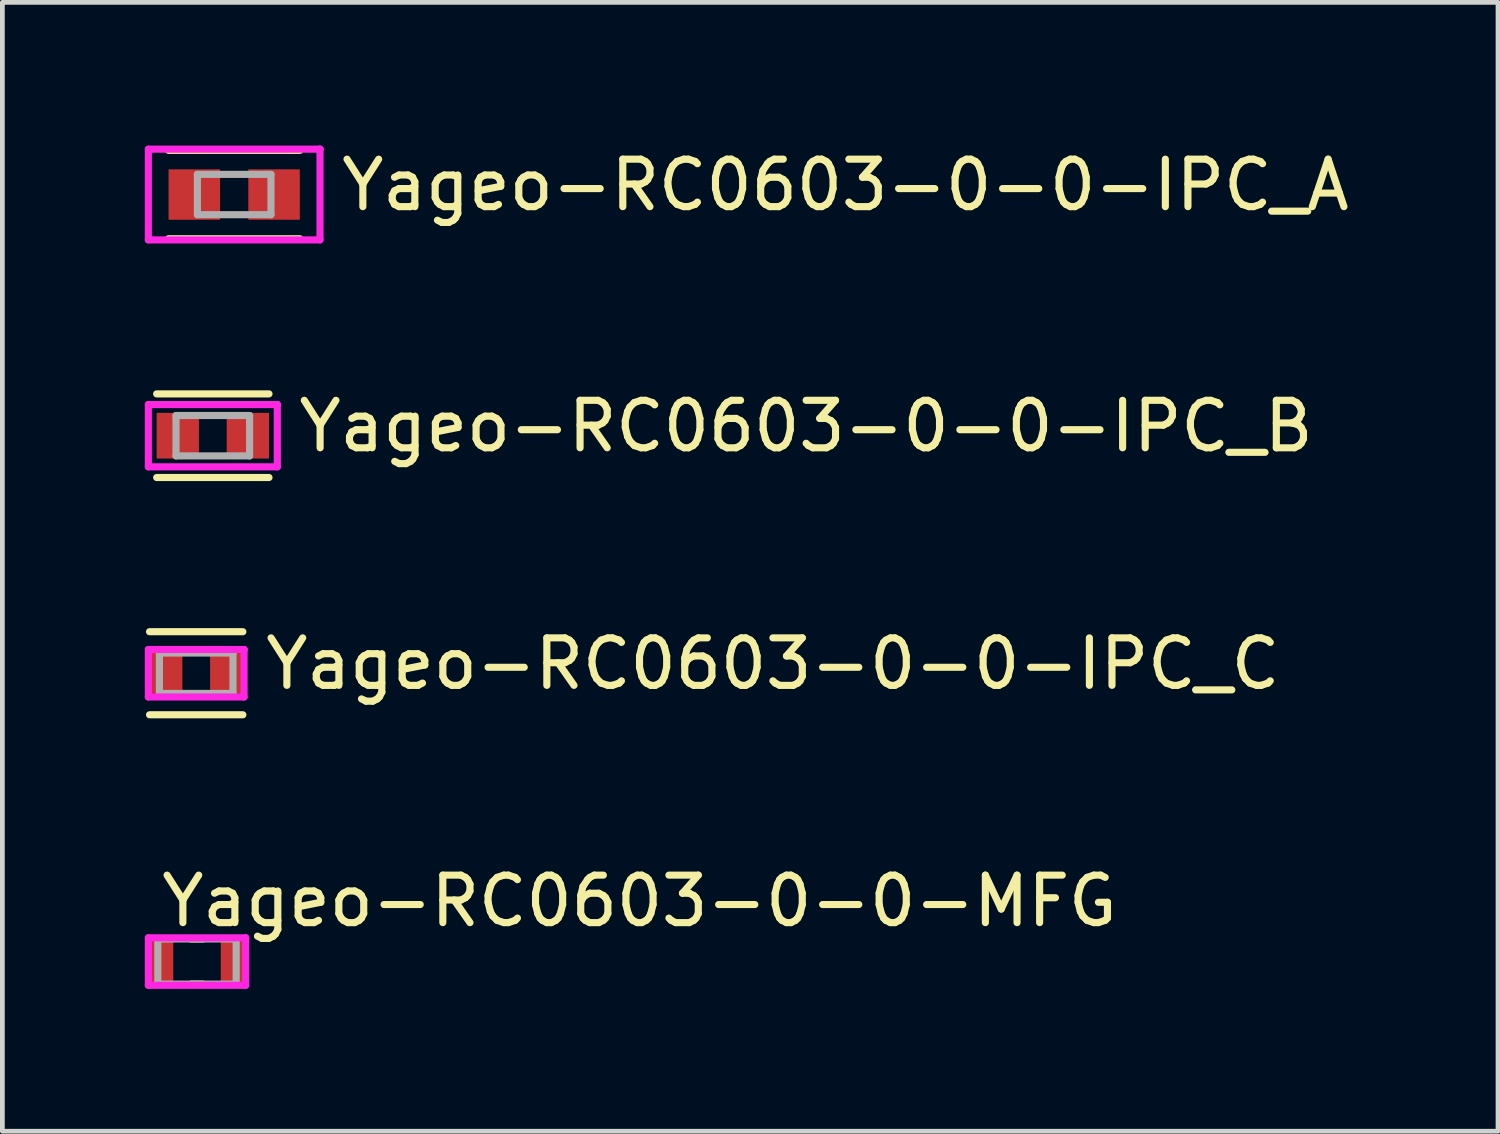
<source format=kicad_pcb>
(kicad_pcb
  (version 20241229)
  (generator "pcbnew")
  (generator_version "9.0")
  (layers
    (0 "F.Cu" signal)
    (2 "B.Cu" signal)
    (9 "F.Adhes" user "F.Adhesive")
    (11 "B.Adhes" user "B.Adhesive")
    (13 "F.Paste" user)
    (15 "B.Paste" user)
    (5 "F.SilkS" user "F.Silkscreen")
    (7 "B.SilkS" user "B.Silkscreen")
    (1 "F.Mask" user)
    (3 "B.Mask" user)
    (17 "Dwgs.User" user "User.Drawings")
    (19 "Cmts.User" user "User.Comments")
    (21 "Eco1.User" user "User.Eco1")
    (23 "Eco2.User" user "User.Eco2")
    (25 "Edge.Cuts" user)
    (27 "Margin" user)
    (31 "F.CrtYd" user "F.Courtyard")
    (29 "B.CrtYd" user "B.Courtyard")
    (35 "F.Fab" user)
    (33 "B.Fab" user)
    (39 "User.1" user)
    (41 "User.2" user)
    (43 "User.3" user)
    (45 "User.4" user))
  (footprint "Yageo-RC0603-0-0-IPC_B"
    (layer "F.Cu")
    (at 1.433 6.128)
    (property "Reference" "Yageo-RC0603-0-0-IPC_B" (at 1.733 -0.2 0) (layer "F.SilkS") (effects (font (size 1 1) (thickness 0.15)) (justify left)))
    (attr smd)
    (fp_line (start -1.183 -0.881) (end 1.183 -0.881) (stroke (width 0.15) (type solid)) (layer "F.SilkS"))
    (fp_line (start -1.183 0.881) (end 1.183 0.881) (stroke (width 0.15) (type solid)) (layer "F.SilkS"))
    (fp_line (start -1.358 -0.656) (end -1.358 0.656) (stroke (width 0.15) (type solid)) (layer "F.CrtYd"))
    (fp_line (start -1.358 0.656) (end 1.358 0.656) (stroke (width 0.15) (type solid)) (layer "F.CrtYd"))
    (fp_line (start 1.358 -0.656) (end -1.358 -0.656) (stroke (width 0.15) (type solid)) (layer "F.CrtYd"))
    (fp_line (start 1.358 -0.656) (end 1.358 -0.656) (stroke (width 0.15) (type solid)) (layer "F.CrtYd"))
    (fp_line (start 1.358 0.656) (end 1.358 -0.656) (stroke (width 0.15) (type solid)) (layer "F.CrtYd"))
    (fp_line (start -0.775 -0.425) (end 0.775 -0.425) (stroke (width 0.15) (type solid)) (layer "F.Fab"))
    (fp_line (start -0.775 0.425) (end -0.775 -0.425) (stroke (width 0.15) (type solid)) (layer "F.Fab"))
    (fp_line (start 0.775 -0.425) (end 0.775 0.425) (stroke (width 0.15) (type solid)) (layer "F.Fab"))
    (fp_line (start 0.775 0.425) (end -0.775 0.425) (stroke (width 0.15) (type solid)) (layer "F.Fab"))
    (pad "1" smd rect (at -0.738 0) (size 0.891 0.962) (layers "F.Cu" "F.Mask" "F.Paste"))
    (pad "2" smd rect (at 0.738 0) (size 0.891 0.962) (layers "F.Cu" "F.Mask" "F.Paste")))
  (footprint "Yageo-RC0603-0-0-IPC_C"
    (layer "F.Cu")
    (at 1.083 11.132)
    (property "Reference" "Yageo-RC0603-0-0-IPC_C" (at 1.383 -0.2 0) (layer "F.SilkS") (effects (font (size 1 1) (thickness 0.15)) (justify left)))
    (attr through_hole)
    (fp_line (start -0.983 -0.875) (end 0.983 -0.875) (stroke (width 0.15) (type solid)) (layer "F.SilkS"))
    (fp_line (start -0.983 0.875) (end 0.983 0.875) (stroke (width 0.15) (type solid)) (layer "F.SilkS"))
    (fp_line (start -1.008 -0.5) (end -1.008 0.5) (stroke (width 0.15) (type solid)) (layer "F.CrtYd"))
    (fp_line (start -1.008 0.5) (end 1.008 0.5) (stroke (width 0.15) (type solid)) (layer "F.CrtYd"))
    (fp_line (start 1.008 -0.5) (end -1.008 -0.5) (stroke (width 0.15) (type solid)) (layer "F.CrtYd"))
    (fp_line (start 1.008 -0.5) (end 1.008 -0.5) (stroke (width 0.15) (type solid)) (layer "F.CrtYd"))
    (fp_line (start 1.008 0.5) (end 1.008 -0.5) (stroke (width 0.15) (type solid)) (layer "F.CrtYd"))
    (fp_line (start -0.775 -0.425) (end 0.775 -0.425) (stroke (width 0.15) (type solid)) (layer "F.Fab"))
    (fp_line (start -0.775 0.425) (end -0.775 -0.425) (stroke (width 0.15) (type solid)) (layer "F.Fab"))
    (fp_line (start 0.775 -0.425) (end 0.775 0.425) (stroke (width 0.15) (type solid)) (layer "F.Fab"))
    (fp_line (start 0.775 0.425) (end -0.775 0.425) (stroke (width 0.15) (type solid)) (layer "F.Fab"))
    (pad "1" smd rect (at -0.637 0) (size 0.691 0.862) (layers "F.Cu" "F.Mask" "F.Paste"))
    (pad "2" smd rect (at 0.638 0) (size 0.691 0.862) (layers "F.Cu" "F.Mask" "F.Paste")))
  (footprint "Yageo-RC0603-0-0-IPC_A"
    (layer "F.Cu")
    (at 1.883 1.048)
    (property "Reference" "Yageo-RC0603-0-0-IPC_A" (at 2.183 -0.2 0) (layer "F.SilkS") (effects (font (size 1 1) (thickness 0.15)) (justify left)))
    (attr through_hole)
    (fp_line (start -1.383 -0.931) (end 1.383 -0.931) (stroke (width 0.15) (type solid)) (layer "F.SilkS"))
    (fp_line (start -1.383 0.931) (end 1.383 0.931) (stroke (width 0.15) (type solid)) (layer "F.SilkS"))
    (fp_line (start -1.808 -0.956) (end -1.808 0.956) (stroke (width 0.15) (type solid)) (layer "F.CrtYd"))
    (fp_line (start -1.808 0.956) (end 1.808 0.956) (stroke (width 0.15) (type solid)) (layer "F.CrtYd"))
    (fp_line (start 1.808 -0.956) (end -1.808 -0.956) (stroke (width 0.15) (type solid)) (layer "F.CrtYd"))
    (fp_line (start 1.808 -0.956) (end 1.808 -0.956) (stroke (width 0.15) (type solid)) (layer "F.CrtYd"))
    (fp_line (start 1.808 0.956) (end 1.808 -0.956) (stroke (width 0.15) (type solid)) (layer "F.CrtYd"))
    (fp_line (start -0.775 -0.425) (end 0.775 -0.425) (stroke (width 0.15) (type solid)) (layer "F.Fab"))
    (fp_line (start -0.775 0.425) (end -0.775 -0.425) (stroke (width 0.15) (type solid)) (layer "F.Fab"))
    (fp_line (start 0.775 -0.425) (end 0.775 0.425) (stroke (width 0.15) (type solid)) (layer "F.Fab"))
    (fp_line (start 0.775 0.425) (end -0.775 0.425) (stroke (width 0.15) (type solid)) (layer "F.Fab"))
    (pad "1" smd rect (at -0.84 0) (size 1.085 1.062) (layers "F.Cu" "F.Mask" "F.Paste"))
    (pad "2" smd rect (at 0.84 0) (size 1.085 1.062) (layers "F.Cu" "F.Mask" "F.Paste")))
  (footprint "Yageo-RC0603-0-0-MFG"
    (layer "F.Cu")
    (at 1.1 17.205)
    (property "Reference" "Yageo-RC0603-0-0-MFG" (at -0.825 -1.275 0) (layer "F.SilkS") (effects (font (size 1 1) (thickness 0.15)) (justify left)))
    (attr through_hole)
    (fp_line (start -0.125 -0.475) (end 0.125 -0.475) (stroke (width 0.15) (type solid)) (layer "F.SilkS"))
    (fp_line (start -0.125 0.475) (end 0.125 0.475) (stroke (width 0.15) (type solid)) (layer "F.SilkS"))
    (fp_line (start -1.025 -0.5) (end -1.025 0.5) (stroke (width 0.15) (type solid)) (layer "F.CrtYd"))
    (fp_line (start -1.025 0.5) (end 1.025 0.5) (stroke (width 0.15) (type solid)) (layer "F.CrtYd"))
    (fp_line (start 1.025 -0.5) (end -1.025 -0.5) (stroke (width 0.15) (type solid)) (layer "F.CrtYd"))
    (fp_line (start 1.025 -0.5) (end 1.025 -0.5) (stroke (width 0.15) (type solid)) (layer "F.CrtYd"))
    (fp_line (start 1.025 0.5) (end 1.025 -0.5) (stroke (width 0.15) (type solid)) (layer "F.CrtYd"))
    (fp_line (start -0.825 -0.475) (end 0.825 -0.475) (stroke (width 0.15) (type solid)) (layer "F.Fab"))
    (fp_line (start -0.825 0.475) (end -0.825 -0.475) (stroke (width 0.15) (type solid)) (layer "F.Fab"))
    (fp_line (start 0.825 -0.475) (end 0.825 0.475) (stroke (width 0.15) (type solid)) (layer "F.Fab"))
    (fp_line (start 0.825 0.475) (end -0.825 0.475) (stroke (width 0.15) (type solid)) (layer "F.Fab"))
    (pad "1" smd rect (at -0.75 0) (size 0.5 0.9) (layers "F.Cu" "F.Mask" "F.Paste"))
    (pad "2" smd rect (at 0.75 0) (size 0.5 0.9) (layers "F.Cu" "F.Mask" "F.Paste")))
  (gr_rect
    (start -3 -3)
    (end 28.506 20.78)
    (stroke (width 0.1) (type default))
    (fill no)
    (layer "Edge.Cuts")))
</source>
